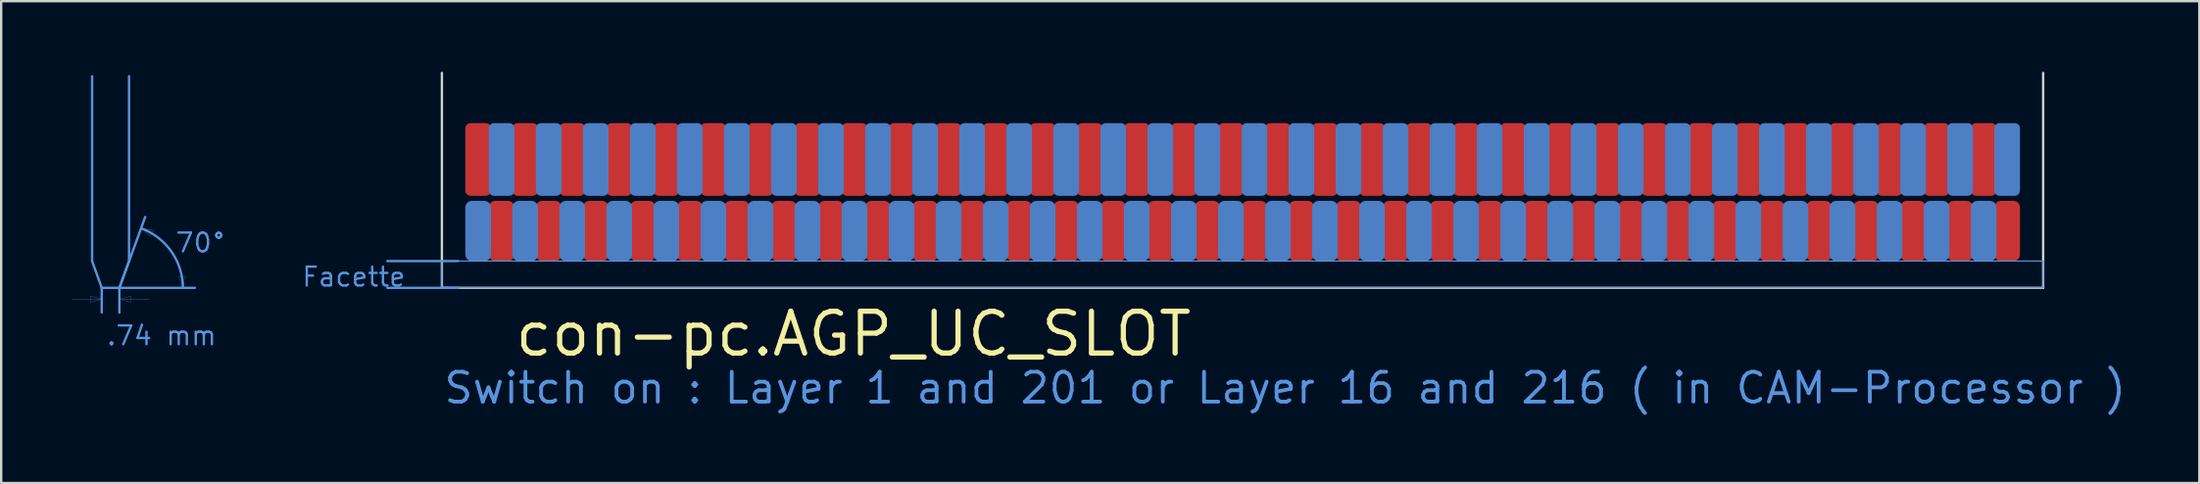
<source format=kicad_pcb>
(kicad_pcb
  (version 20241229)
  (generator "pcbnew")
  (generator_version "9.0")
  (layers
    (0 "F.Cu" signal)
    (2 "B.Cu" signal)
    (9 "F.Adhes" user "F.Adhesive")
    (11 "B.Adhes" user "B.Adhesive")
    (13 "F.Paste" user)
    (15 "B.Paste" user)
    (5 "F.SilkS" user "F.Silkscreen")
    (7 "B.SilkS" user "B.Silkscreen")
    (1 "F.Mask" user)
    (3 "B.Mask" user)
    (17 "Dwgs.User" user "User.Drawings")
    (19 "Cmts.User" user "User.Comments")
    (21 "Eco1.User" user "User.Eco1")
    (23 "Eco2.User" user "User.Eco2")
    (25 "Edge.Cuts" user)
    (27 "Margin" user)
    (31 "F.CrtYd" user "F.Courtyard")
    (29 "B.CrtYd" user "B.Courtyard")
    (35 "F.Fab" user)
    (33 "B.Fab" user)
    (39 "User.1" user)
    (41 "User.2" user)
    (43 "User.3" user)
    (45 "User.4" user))
  (footprint "con-pc.AGP_UC_SLOT"
    (layer "F.Cu")
    (at 15.735 9.19)
    (property "Reference" "con-pc.AGP_UC_SLOT" (at 3 3 0) (layer "F.SilkS") (effects (font (size 1.778 1.778) (thickness 0.22)) (justify left bottom)))
    (attr smd)
    (fp_rect (start 1.29 -1.15) (end 1.79 -4) (stroke (width 0.05) (type default)) (fill yes) (layer "F.Mask"))
    (fp_rect (start 2.29 -3.65) (end 2.79 -7.01) (stroke (width 0.05) (type default)) (fill yes) (layer "F.Mask"))
    (fp_rect (start 3.29 -1.15) (end 3.79 -4) (stroke (width 0.05) (type default)) (fill yes) (layer "F.Mask"))
    (fp_rect (start 4.29 -3.65) (end 4.79 -7.01) (stroke (width 0.05) (type default)) (fill yes) (layer "F.Mask"))
    (fp_rect (start 5.29 -1.15) (end 5.79 -4) (stroke (width 0.05) (type default)) (fill yes) (layer "F.Mask"))
    (fp_rect (start 6.29 -3.65) (end 6.79 -7.01) (stroke (width 0.05) (type default)) (fill yes) (layer "F.Mask"))
    (fp_rect (start 7.29 -1.15) (end 7.79 -4) (stroke (width 0.05) (type default)) (fill yes) (layer "F.Mask"))
    (fp_rect (start 8.29 -3.65) (end 8.79 -7.01) (stroke (width 0.05) (type default)) (fill yes) (layer "F.Mask"))
    (fp_rect (start 9.29 -1.15) (end 9.79 -4) (stroke (width 0.05) (type default)) (fill yes) (layer "F.Mask"))
    (fp_rect (start 10.29 -3.65) (end 10.79 -7.01) (stroke (width 0.05) (type default)) (fill yes) (layer "F.Mask"))
    (fp_rect (start 11.29 -1.15) (end 11.79 -4) (stroke (width 0.05) (type default)) (fill yes) (layer "F.Mask"))
    (fp_rect (start 12.29 -3.65) (end 12.79 -7.01) (stroke (width 0.05) (type default)) (fill yes) (layer "F.Mask"))
    (fp_rect (start 13.29 -1.15) (end 13.79 -4) (stroke (width 0.05) (type default)) (fill yes) (layer "F.Mask"))
    (fp_rect (start 14.29 -3.65) (end 14.79 -7.01) (stroke (width 0.05) (type default)) (fill yes) (layer "F.Mask"))
    (fp_rect (start 15.29 -1.15) (end 15.79 -4) (stroke (width 0.05) (type default)) (fill yes) (layer "F.Mask"))
    (fp_rect (start 16.29 -3.65) (end 16.79 -7.01) (stroke (width 0.05) (type default)) (fill yes) (layer "F.Mask"))
    (fp_rect (start 17.29 -1.15) (end 17.79 -4) (stroke (width 0.05) (type default)) (fill yes) (layer "F.Mask"))
    (fp_rect (start 18.29 -3.65) (end 18.79 -7.01) (stroke (width 0.05) (type default)) (fill yes) (layer "F.Mask"))
    (fp_rect (start 19.29 -1.15) (end 19.79 -4) (stroke (width 0.05) (type default)) (fill yes) (layer "F.Mask"))
    (fp_rect (start 20.29 -3.65) (end 20.79 -7.01) (stroke (width 0.05) (type default)) (fill yes) (layer "F.Mask"))
    (fp_rect (start 21.29 -1.15) (end 21.79 -4) (stroke (width 0.05) (type default)) (fill yes) (layer "F.Mask"))
    (fp_rect (start 22.29 -3.65) (end 22.79 -7.01) (stroke (width 0.05) (type default)) (fill yes) (layer "F.Mask"))
    (fp_rect (start 23.29 -1.15) (end 23.79 -4) (stroke (width 0.05) (type default)) (fill yes) (layer "F.Mask"))
    (fp_rect (start 24.29 -3.65) (end 24.79 -7.01) (stroke (width 0.05) (type default)) (fill yes) (layer "F.Mask"))
    (fp_rect (start 25.29 -1.15) (end 25.79 -4) (stroke (width 0.05) (type default)) (fill yes) (layer "F.Mask"))
    (fp_rect (start 26.29 -3.65) (end 26.79 -7.01) (stroke (width 0.05) (type default)) (fill yes) (layer "F.Mask"))
    (fp_rect (start 27.29 -1.15) (end 27.79 -4) (stroke (width 0.05) (type default)) (fill yes) (layer "F.Mask"))
    (fp_rect (start 28.29 -3.65) (end 28.79 -7.01) (stroke (width 0.05) (type default)) (fill yes) (layer "F.Mask"))
    (fp_rect (start 29.29 -1.15) (end 29.79 -4) (stroke (width 0.05) (type default)) (fill yes) (layer "F.Mask"))
    (fp_rect (start 30.29 -3.65) (end 30.79 -7.01) (stroke (width 0.05) (type default)) (fill yes) (layer "F.Mask"))
    (fp_rect (start 31.29 -1.15) (end 31.79 -4) (stroke (width 0.05) (type default)) (fill yes) (layer "F.Mask"))
    (fp_rect (start 32.29 -3.65) (end 32.79 -7.01) (stroke (width 0.05) (type default)) (fill yes) (layer "F.Mask"))
    (fp_rect (start 33.29 -1.15) (end 33.79 -4) (stroke (width 0.05) (type default)) (fill yes) (layer "F.Mask"))
    (fp_rect (start 34.29 -3.65) (end 34.79 -7.01) (stroke (width 0.05) (type default)) (fill yes) (layer "F.Mask"))
    (fp_rect (start 35.29 -1.15) (end 35.79 -4) (stroke (width 0.05) (type default)) (fill yes) (layer "F.Mask"))
    (fp_rect (start 36.29 -3.65) (end 36.79 -7.01) (stroke (width 0.05) (type default)) (fill yes) (layer "F.Mask"))
    (fp_rect (start 37.29 -1.15) (end 37.79 -4) (stroke (width 0.05) (type default)) (fill yes) (layer "F.Mask"))
    (fp_rect (start 38.29 -3.65) (end 38.79 -7.01) (stroke (width 0.05) (type default)) (fill yes) (layer "F.Mask"))
    (fp_rect (start 39.29 -1.15) (end 39.79 -4) (stroke (width 0.05) (type default)) (fill yes) (layer "F.Mask"))
    (fp_rect (start 40.29 -3.65) (end 40.79 -7.01) (stroke (width 0.05) (type default)) (fill yes) (layer "F.Mask"))
    (fp_rect (start 41.29 -1.15) (end 41.79 -4) (stroke (width 0.05) (type default)) (fill yes) (layer "F.Mask"))
    (fp_rect (start 42.29 -3.65) (end 42.79 -7.01) (stroke (width 0.05) (type default)) (fill yes) (layer "F.Mask"))
    (fp_rect (start 43.29 -1.15) (end 43.79 -4) (stroke (width 0.05) (type default)) (fill yes) (layer "F.Mask"))
    (fp_rect (start 44.29 -3.65) (end 44.79 -7.01) (stroke (width 0.05) (type default)) (fill yes) (layer "F.Mask"))
    (fp_rect (start 45.29 -1.15) (end 45.79 -4) (stroke (width 0.05) (type default)) (fill yes) (layer "F.Mask"))
    (fp_rect (start 46.29 -3.65) (end 46.79 -7.01) (stroke (width 0.05) (type default)) (fill yes) (layer "F.Mask"))
    (fp_rect (start 47.29 -1.15) (end 47.79 -4) (stroke (width 0.05) (type default)) (fill yes) (layer "F.Mask"))
    (fp_rect (start 48.29 -3.65) (end 48.79 -7.01) (stroke (width 0.05) (type default)) (fill yes) (layer "F.Mask"))
    (fp_rect (start 49.29 -1.15) (end 49.79 -4) (stroke (width 0.05) (type default)) (fill yes) (layer "F.Mask"))
    (fp_rect (start 50.29 -3.65) (end 50.79 -7.01) (stroke (width 0.05) (type default)) (fill yes) (layer "F.Mask"))
    (fp_rect (start 51.29 -1.15) (end 51.79 -4) (stroke (width 0.05) (type default)) (fill yes) (layer "F.Mask"))
    (fp_rect (start 52.29 -3.65) (end 52.79 -7.01) (stroke (width 0.05) (type default)) (fill yes) (layer "F.Mask"))
    (fp_rect (start 53.29 -1.15) (end 53.79 -4) (stroke (width 0.05) (type default)) (fill yes) (layer "F.Mask"))
    (fp_rect (start 54.29 -3.65) (end 54.79 -7.01) (stroke (width 0.05) (type default)) (fill yes) (layer "F.Mask"))
    (fp_rect (start 55.29 -1.15) (end 55.79 -4) (stroke (width 0.05) (type default)) (fill yes) (layer "F.Mask"))
    (fp_rect (start 56.29 -3.65) (end 56.79 -7.01) (stroke (width 0.05) (type default)) (fill yes) (layer "F.Mask"))
    (fp_rect (start 57.29 -1.15) (end 57.79 -4) (stroke (width 0.05) (type default)) (fill yes) (layer "F.Mask"))
    (fp_rect (start 58.29 -3.65) (end 58.79 -7.01) (stroke (width 0.05) (type default)) (fill yes) (layer "F.Mask"))
    (fp_rect (start 59.29 -1.15) (end 59.79 -4) (stroke (width 0.05) (type default)) (fill yes) (layer "F.Mask"))
    (fp_rect (start 60.29 -3.65) (end 60.79 -7.01) (stroke (width 0.05) (type default)) (fill yes) (layer "F.Mask"))
    (fp_rect (start 61.29 -1.15) (end 61.79 -4) (stroke (width 0.05) (type default)) (fill yes) (layer "F.Mask"))
    (fp_rect (start 62.29 -3.65) (end 62.79 -7.01) (stroke (width 0.05) (type default)) (fill yes) (layer "F.Mask"))
    (fp_rect (start 63.29 -1.15) (end 63.79 -4) (stroke (width 0.05) (type default)) (fill yes) (layer "F.Mask"))
    (fp_rect (start 64.29 -3.65) (end 64.79 -7.01) (stroke (width 0.05) (type default)) (fill yes) (layer "F.Mask"))
    (fp_rect (start 65.29 -1.15) (end 65.79 -4) (stroke (width 0.05) (type default)) (fill yes) (layer "F.Mask"))
    (fp_rect (start 66.29 -3.65) (end 66.79 -7.01) (stroke (width 0.05) (type default)) (fill yes) (layer "F.Mask"))
    (fp_rect (start 1.29 -3.65) (end 1.79 -7.01) (stroke (width 0.05) (type default)) (fill yes) (layer "B.Mask"))
    (fp_rect (start 2.29 -1.15) (end 2.79 -4) (stroke (width 0.05) (type default)) (fill yes) (layer "B.Mask"))
    (fp_rect (start 3.29 -3.65) (end 3.79 -7.01) (stroke (width 0.05) (type default)) (fill yes) (layer "B.Mask"))
    (fp_rect (start 4.29 -1.15) (end 4.79 -4) (stroke (width 0.05) (type default)) (fill yes) (layer "B.Mask"))
    (fp_rect (start 5.29 -3.65) (end 5.79 -7.01) (stroke (width 0.05) (type default)) (fill yes) (layer "B.Mask"))
    (fp_rect (start 6.29 -1.15) (end 6.79 -4) (stroke (width 0.05) (type default)) (fill yes) (layer "B.Mask"))
    (fp_rect (start 7.29 -3.65) (end 7.79 -7.01) (stroke (width 0.05) (type default)) (fill yes) (layer "B.Mask"))
    (fp_rect (start 8.29 -1.15) (end 8.79 -4) (stroke (width 0.05) (type default)) (fill yes) (layer "B.Mask"))
    (fp_rect (start 9.29 -3.65) (end 9.79 -7.01) (stroke (width 0.05) (type default)) (fill yes) (layer "B.Mask"))
    (fp_rect (start 10.29 -1.15) (end 10.79 -4) (stroke (width 0.05) (type default)) (fill yes) (layer "B.Mask"))
    (fp_rect (start 11.29 -3.65) (end 11.79 -7.01) (stroke (width 0.05) (type default)) (fill yes) (layer "B.Mask"))
    (fp_rect (start 12.29 -1.15) (end 12.79 -4) (stroke (width 0.05) (type default)) (fill yes) (layer "B.Mask"))
    (fp_rect (start 13.29 -3.65) (end 13.79 -7.01) (stroke (width 0.05) (type default)) (fill yes) (layer "B.Mask"))
    (fp_rect (start 14.29 -1.15) (end 14.79 -4) (stroke (width 0.05) (type default)) (fill yes) (layer "B.Mask"))
    (fp_rect (start 15.29 -3.65) (end 15.79 -7.01) (stroke (width 0.05) (type default)) (fill yes) (layer "B.Mask"))
    (fp_rect (start 16.29 -1.15) (end 16.79 -4) (stroke (width 0.05) (type default)) (fill yes) (layer "B.Mask"))
    (fp_rect (start 17.29 -3.65) (end 17.79 -7.01) (stroke (width 0.05) (type default)) (fill yes) (layer "B.Mask"))
    (fp_rect (start 18.29 -1.15) (end 18.79 -4) (stroke (width 0.05) (type default)) (fill yes) (layer "B.Mask"))
    (fp_rect (start 19.29 -3.65) (end 19.79 -7.01) (stroke (width 0.05) (type default)) (fill yes) (layer "B.Mask"))
    (fp_rect (start 20.29 -1.15) (end 20.79 -4) (stroke (width 0.05) (type default)) (fill yes) (layer "B.Mask"))
    (fp_rect (start 21.29 -3.65) (end 21.79 -7.01) (stroke (width 0.05) (type default)) (fill yes) (layer "B.Mask"))
    (fp_rect (start 22.29 -1.15) (end 22.79 -4) (stroke (width 0.05) (type default)) (fill yes) (layer "B.Mask"))
    (fp_rect (start 23.29 -3.65) (end 23.79 -7.01) (stroke (width 0.05) (type default)) (fill yes) (layer "B.Mask"))
    (fp_rect (start 24.29 -1.15) (end 24.79 -4) (stroke (width 0.05) (type default)) (fill yes) (layer "B.Mask"))
    (fp_rect (start 25.29 -3.65) (end 25.79 -7.01) (stroke (width 0.05) (type default)) (fill yes) (layer "B.Mask"))
    (fp_rect (start 26.29 -1.15) (end 26.79 -4) (stroke (width 0.05) (type default)) (fill yes) (layer "B.Mask"))
    (fp_rect (start 27.29 -3.65) (end 27.79 -7.01) (stroke (width 0.05) (type default)) (fill yes) (layer "B.Mask"))
    (fp_rect (start 28.29 -1.15) (end 28.79 -4) (stroke (width 0.05) (type default)) (fill yes) (layer "B.Mask"))
    (fp_rect (start 29.29 -3.65) (end 29.79 -7.01) (stroke (width 0.05) (type default)) (fill yes) (layer "B.Mask"))
    (fp_rect (start 30.29 -1.15) (end 30.79 -4) (stroke (width 0.05) (type default)) (fill yes) (layer "B.Mask"))
    (fp_rect (start 31.29 -3.65) (end 31.79 -7.01) (stroke (width 0.05) (type default)) (fill yes) (layer "B.Mask"))
    (fp_rect (start 32.29 -1.15) (end 32.79 -4) (stroke (width 0.05) (type default)) (fill yes) (layer "B.Mask"))
    (fp_rect (start 33.29 -3.65) (end 33.79 -7.01) (stroke (width 0.05) (type default)) (fill yes) (layer "B.Mask"))
    (fp_rect (start 34.29 -1.15) (end 34.79 -4) (stroke (width 0.05) (type default)) (fill yes) (layer "B.Mask"))
    (fp_rect (start 35.29 -3.65) (end 35.79 -7.01) (stroke (width 0.05) (type default)) (fill yes) (layer "B.Mask"))
    (fp_rect (start 36.29 -1.15) (end 36.79 -4) (stroke (width 0.05) (type default)) (fill yes) (layer "B.Mask"))
    (fp_rect (start 37.29 -3.65) (end 37.79 -7.01) (stroke (width 0.05) (type default)) (fill yes) (layer "B.Mask"))
    (fp_rect (start 38.29 -1.15) (end 38.79 -4) (stroke (width 0.05) (type default)) (fill yes) (layer "B.Mask"))
    (fp_rect (start 39.29 -3.65) (end 39.79 -7.01) (stroke (width 0.05) (type default)) (fill yes) (layer "B.Mask"))
    (fp_rect (start 40.29 -1.15) (end 40.79 -4) (stroke (width 0.05) (type default)) (fill yes) (layer "B.Mask"))
    (fp_rect (start 41.29 -3.65) (end 41.79 -7.01) (stroke (width 0.05) (type default)) (fill yes) (layer "B.Mask"))
    (fp_rect (start 42.29 -1.15) (end 42.79 -4) (stroke (width 0.05) (type default)) (fill yes) (layer "B.Mask"))
    (fp_rect (start 43.29 -3.65) (end 43.79 -7.01) (stroke (width 0.05) (type default)) (fill yes) (layer "B.Mask"))
    (fp_rect (start 44.29 -1.15) (end 44.79 -4) (stroke (width 0.05) (type default)) (fill yes) (layer "B.Mask"))
    (fp_rect (start 45.29 -3.65) (end 45.79 -7.01) (stroke (width 0.05) (type default)) (fill yes) (layer "B.Mask"))
    (fp_rect (start 46.29 -1.15) (end 46.79 -4) (stroke (width 0.05) (type default)) (fill yes) (layer "B.Mask"))
    (fp_rect (start 47.29 -3.65) (end 47.79 -7.01) (stroke (width 0.05) (type default)) (fill yes) (layer "B.Mask"))
    (fp_rect (start 48.29 -1.15) (end 48.79 -4) (stroke (width 0.05) (type default)) (fill yes) (layer "B.Mask"))
    (fp_rect (start 49.29 -3.65) (end 49.79 -7.01) (stroke (width 0.05) (type default)) (fill yes) (layer "B.Mask"))
    (fp_rect (start 50.29 -1.15) (end 50.79 -4) (stroke (width 0.05) (type default)) (fill yes) (layer "B.Mask"))
    (fp_rect (start 51.29 -3.65) (end 51.79 -7.01) (stroke (width 0.05) (type default)) (fill yes) (layer "B.Mask"))
    (fp_rect (start 52.29 -1.15) (end 52.79 -4) (stroke (width 0.05) (type default)) (fill yes) (layer "B.Mask"))
    (fp_rect (start 53.29 -3.65) (end 53.79 -7.01) (stroke (width 0.05) (type default)) (fill yes) (layer "B.Mask"))
    (fp_rect (start 54.29 -1.15) (end 54.79 -4) (stroke (width 0.05) (type default)) (fill yes) (layer "B.Mask"))
    (fp_rect (start 55.29 -3.65) (end 55.79 -7.01) (stroke (width 0.05) (type default)) (fill yes) (layer "B.Mask"))
    (fp_rect (start 56.29 -1.15) (end 56.79 -4) (stroke (width 0.05) (type default)) (fill yes) (layer "B.Mask"))
    (fp_rect (start 57.29 -3.65) (end 57.79 -7.01) (stroke (width 0.05) (type default)) (fill yes) (layer "B.Mask"))
    (fp_rect (start 58.29 -1.15) (end 58.79 -4) (stroke (width 0.05) (type default)) (fill yes) (layer "B.Mask"))
    (fp_rect (start 59.29 -3.65) (end 59.79 -7.01) (stroke (width 0.05) (type default)) (fill yes) (layer "B.Mask"))
    (fp_rect (start 60.29 -1.15) (end 60.79 -4) (stroke (width 0.05) (type default)) (fill yes) (layer "B.Mask"))
    (fp_rect (start 61.29 -3.65) (end 61.79 -7.01) (stroke (width 0.05) (type default)) (fill yes) (layer "B.Mask"))
    (fp_rect (start 62.29 -1.15) (end 62.79 -4) (stroke (width 0.05) (type default)) (fill yes) (layer "B.Mask"))
    (fp_rect (start 63.29 -3.65) (end 63.79 -7.01) (stroke (width 0.05) (type default)) (fill yes) (layer "B.Mask"))
    (fp_rect (start 64.29 -1.15) (end 64.79 -4) (stroke (width 0.05) (type default)) (fill yes) (layer "B.Mask"))
    (fp_rect (start 65.29 -3.65) (end 65.79 -7.01) (stroke (width 0.05) (type default)) (fill yes) (layer "B.Mask"))
    (fp_rect (start 66.29 -1.15) (end 66.79 -4) (stroke (width 0.05) (type default)) (fill yes) (layer "B.Mask"))
    (fp_line (start -15.73 0.48) (end -14.49 0.48) (stroke (width 0.01) (type default)) (layer "Cmts.User"))
    (fp_line (start -14.87 -9) (end -14.87 -1.14) (stroke (width 0.1) (type default)) (layer "Cmts.User"))
    (fp_line (start -14.87 -1.14) (end -14.46 0) (stroke (width 0.1) (type default)) (layer "Cmts.User"))
    (fp_line (start -14.46 0) (end -14.46 1.05) (stroke (width 0.1) (type default)) (layer "Cmts.User"))
    (fp_line (start -13.71 0) (end -14.46 0) (stroke (width 0.1) (type default)) (layer "Cmts.User"))
    (fp_line (start -13.71 0) (end -13.71 1.05) (stroke (width 0.1) (type default)) (layer "Cmts.User"))
    (fp_line (start -13.71 0) (end -12.612 -3.016) (stroke (width 0.1) (type default)) (layer "Cmts.User"))
    (fp_line (start -13.71 0) (end -11.01 0) (stroke (width 0.1) (type default)) (layer "Cmts.User"))
    (fp_line (start -13.3 -9) (end -13.3 -1.14) (stroke (width 0.1) (type default)) (layer "Cmts.User"))
    (fp_line (start -13.3 -1.14) (end -13.71 0) (stroke (width 0.1) (type default)) (layer "Cmts.User"))
    (fp_line (start -12.44 0.48) (end -13.68 0.48) (stroke (width 0.01) (type default)) (layer "Cmts.User"))
    (fp_line (start -11.01 0) (end -10.5 0) (stroke (width 0.1) (type default)) (layer "Cmts.User"))
    (fp_line (start 0.69 -1.14) (end -2.32 -1.14) (stroke (width 0.1) (type default)) (layer "Cmts.User"))
    (fp_line (start 0.69 0) (end -2.32 0) (stroke (width 0.1) (type default)) (layer "Cmts.User"))
    (fp_rect (start 0 0) (end 68.07 -1.14) (stroke (width 0.05) (type default)) (fill no) (layer "Cmts.User"))
    (fp_arc (start -12.78 -2.53) (mid -11.497642 -1.542994) (end -11.01 0) (stroke (width 0.1) (type default)) (layer "Cmts.User"))
    (fp_poly (pts (xy -14.94 0.35) (xy -14.94 0.61) (xy -14.46 0.48)) (stroke (width 0.01) (type default)) (fill no) (layer "Cmts.User"))
    (fp_poly (pts (xy -13.23 0.61) (xy -13.23 0.35) (xy -13.71 0.48)) (stroke (width 0.01) (type default)) (fill no) (layer "Cmts.User"))
    (fp_poly (pts (xy -12.407 -2.211) (xy -12.292 -2.445) (xy -12.78 -2.54)) (stroke (width 0.01) (type default)) (fill no) (layer "Cmts.User"))
    (fp_poly (pts (xy -10.932 -0.491) (xy -11.19 -0.463) (xy -11.01 0)) (stroke (width 0.01) (type default)) (fill no) (layer "Cmts.User"))
    (fp_line (start 0 -9.14) (end 0 0) (stroke (width 0.1) (type default)) (layer "Edge.Cuts"))
    (fp_line (start 68.07 -9.14) (end 68.07 0) (stroke (width 0.1) (type default)) (layer "Edge.Cuts"))
    (fp_line (start 68.07 0) (end 0 0) (stroke (width 0.1) (type default)) (layer "Edge.Cuts"))
    (fp_text user "70°" (at -11.38 -1.45 0) (layer "Cmts.User") (effects (font (size 0.8 0.8) (thickness 0.1)) (justify left bottom)))
    (fp_text user ".74 mm" (at -14.3 2.5 0) (layer "Cmts.User") (effects (font (size 0.8 0.8) (thickness 0.1)) (justify left bottom)))
    (fp_text user "Switch on : Layer 1 and 201 or Layer 16 and 216 ( in CAM-Processor )" (at 0 5 0) (layer "Cmts.User") (effects (font (size 1.27 1.27) (thickness 0.16)) (justify left bottom)))
    (fp_text user "Facette" (at -6 0 0) (layer "Cmts.User") (effects (font (size 0.8 0.8) (thickness 0.1)) (justify left bottom)))
    (pad "1" smd roundrect (at 1.54 -5.46) (size 1.09 3.09) (layers "F.Cu" "F.Mask" "F.Paste") (roundrect_rratio 0.2))
    (pad "2" smd roundrect (at 1.54 -2.42) (size 1.09 2.56) (layers "B.Cu" "B.Mask" "B.Paste") (roundrect_rratio 0.25))
    (pad "3" smd roundrect (at 2.54 -2.42) (size 1.09 2.56) (layers "F.Cu" "F.Mask" "F.Paste") (roundrect_rratio 0.25))
    (pad "4" smd roundrect (at 2.54 -5.46) (size 1.09 3.09) (layers "B.Cu" "B.Mask" "B.Paste") (roundrect_rratio 0.2))
    (pad "5" smd roundrect (at 3.54 -5.46) (size 1.09 3.09) (layers "F.Cu" "F.Mask" "F.Paste") (roundrect_rratio 0.2))
    (pad "6" smd roundrect (at 3.54 -2.42) (size 1.09 2.56) (layers "B.Cu" "B.Mask" "B.Paste") (roundrect_rratio 0.25))
    (pad "7" smd roundrect (at 4.54 -2.42) (size 1.09 2.56) (layers "F.Cu" "F.Mask" "F.Paste") (roundrect_rratio 0.25))
    (pad "8" smd roundrect (at 4.54 -5.46) (size 1.09 3.09) (layers "B.Cu" "B.Mask" "B.Paste") (roundrect_rratio 0.2))
    (pad "9" smd roundrect (at 5.54 -5.46) (size 1.09 3.09) (layers "F.Cu" "F.Mask" "F.Paste") (roundrect_rratio 0.2))
    (pad "10" smd roundrect (at 5.54 -2.42) (size 1.09 2.56) (layers "B.Cu" "B.Mask" "B.Paste") (roundrect_rratio 0.25))
    (pad "11" smd roundrect (at 6.54 -2.42) (size 1.09 2.56) (layers "F.Cu" "F.Mask" "F.Paste") (roundrect_rratio 0.25))
    (pad "12" smd roundrect (at 6.54 -5.46) (size 1.09 3.09) (layers "B.Cu" "B.Mask" "B.Paste") (roundrect_rratio 0.2))
    (pad "13" smd roundrect (at 7.54 -5.46) (size 1.09 3.09) (layers "F.Cu" "F.Mask" "F.Paste") (roundrect_rratio 0.2))
    (pad "14" smd roundrect (at 7.54 -2.42) (size 1.09 2.56) (layers "B.Cu" "B.Mask" "B.Paste") (roundrect_rratio 0.25))
    (pad "15" smd roundrect (at 8.54 -2.42) (size 1.09 2.56) (layers "F.Cu" "F.Mask" "F.Paste") (roundrect_rratio 0.25))
    (pad "16" smd roundrect (at 8.54 -5.46) (size 1.09 3.09) (layers "B.Cu" "B.Mask" "B.Paste") (roundrect_rratio 0.2))
    (pad "17" smd roundrect (at 9.54 -5.46) (size 1.09 3.09) (layers "F.Cu" "F.Mask" "F.Paste") (roundrect_rratio 0.2))
    (pad "18" smd roundrect (at 9.54 -2.42) (size 1.09 2.56) (layers "B.Cu" "B.Mask" "B.Paste") (roundrect_rratio 0.25))
    (pad "19" smd roundrect (at 10.54 -2.42) (size 1.09 2.56) (layers "F.Cu" "F.Mask" "F.Paste") (roundrect_rratio 0.25))
    (pad "20" smd roundrect (at 10.54 -5.46) (size 1.09 3.09) (layers "B.Cu" "B.Mask" "B.Paste") (roundrect_rratio 0.2))
    (pad "21" smd roundrect (at 11.54 -5.46) (size 1.09 3.09) (layers "F.Cu" "F.Mask" "F.Paste") (roundrect_rratio 0.2))
    (pad "22" smd roundrect (at 11.54 -2.42) (size 1.09 2.56) (layers "B.Cu" "B.Mask" "B.Paste") (roundrect_rratio 0.25))
    (pad "23" smd roundrect (at 12.54 -2.42) (size 1.09 2.56) (layers "F.Cu" "F.Mask" "F.Paste") (roundrect_rratio 0.25))
    (pad "24" smd roundrect (at 12.54 -5.46) (size 1.09 3.09) (layers "B.Cu" "B.Mask" "B.Paste") (roundrect_rratio 0.2))
    (pad "25" smd roundrect (at 13.54 -5.46) (size 1.09 3.09) (layers "F.Cu" "F.Mask" "F.Paste") (roundrect_rratio 0.2))
    (pad "26" smd roundrect (at 13.54 -2.42) (size 1.09 2.56) (layers "B.Cu" "B.Mask" "B.Paste") (roundrect_rratio 0.25))
    (pad "27" smd roundrect (at 14.54 -2.42) (size 1.09 2.56) (layers "F.Cu" "F.Mask" "F.Paste") (roundrect_rratio 0.25))
    (pad "28" smd roundrect (at 14.54 -5.46) (size 1.09 3.09) (layers "B.Cu" "B.Mask" "B.Paste") (roundrect_rratio 0.2))
    (pad "29" smd roundrect (at 15.54 -5.46) (size 1.09 3.09) (layers "F.Cu" "F.Mask" "F.Paste") (roundrect_rratio 0.2))
    (pad "30" smd roundrect (at 15.54 -2.42) (size 1.09 2.56) (layers "B.Cu" "B.Mask" "B.Paste") (roundrect_rratio 0.25))
    (pad "31" smd roundrect (at 16.54 -2.42) (size 1.09 2.56) (layers "F.Cu" "F.Mask" "F.Paste") (roundrect_rratio 0.25))
    (pad "32" smd roundrect (at 16.54 -5.46) (size 1.09 3.09) (layers "B.Cu" "B.Mask" "B.Paste") (roundrect_rratio 0.2))
    (pad "33" smd roundrect (at 17.54 -5.46) (size 1.09 3.09) (layers "F.Cu" "F.Mask" "F.Paste") (roundrect_rratio 0.2))
    (pad "34" smd roundrect (at 17.54 -2.42) (size 1.09 2.56) (layers "B.Cu" "B.Mask" "B.Paste") (roundrect_rratio 0.25))
    (pad "35" smd roundrect (at 18.54 -2.42) (size 1.09 2.56) (layers "F.Cu" "F.Mask" "F.Paste") (roundrect_rratio 0.25))
    (pad "36" smd roundrect (at 18.54 -5.46) (size 1.09 3.09) (layers "B.Cu" "B.Mask" "B.Paste") (roundrect_rratio 0.2))
    (pad "37" smd roundrect (at 19.54 -5.46) (size 1.09 3.09) (layers "F.Cu" "F.Mask" "F.Paste") (roundrect_rratio 0.2))
    (pad "38" smd roundrect (at 19.54 -2.42) (size 1.09 2.56) (layers "B.Cu" "B.Mask" "B.Paste") (roundrect_rratio 0.25))
    (pad "39" smd roundrect (at 20.54 -2.42) (size 1.09 2.56) (layers "F.Cu" "F.Mask" "F.Paste") (roundrect_rratio 0.25))
    (pad "40" smd roundrect (at 20.54 -5.46) (size 1.09 3.09) (layers "B.Cu" "B.Mask" "B.Paste") (roundrect_rratio 0.2))
    (pad "41" smd roundrect (at 21.54 -5.46) (size 1.09 3.09) (layers "F.Cu" "F.Mask" "F.Paste") (roundrect_rratio 0.2))
    (pad "42" smd roundrect (at 21.54 -2.42) (size 1.09 2.56) (layers "B.Cu" "B.Mask" "B.Paste") (roundrect_rratio 0.25))
    (pad "43" smd roundrect (at 22.54 -2.42) (size 1.09 2.56) (layers "F.Cu" "F.Mask" "F.Paste") (roundrect_rratio 0.25))
    (pad "44" smd roundrect (at 22.54 -5.46) (size 1.09 3.09) (layers "B.Cu" "B.Mask" "B.Paste") (roundrect_rratio 0.2))
    (pad "45" smd roundrect (at 23.54 -5.46) (size 1.09 3.09) (layers "F.Cu" "F.Mask" "F.Paste") (roundrect_rratio 0.2))
    (pad "46" smd roundrect (at 23.54 -2.42) (size 1.09 2.56) (layers "B.Cu" "B.Mask" "B.Paste") (roundrect_rratio 0.25))
    (pad "47" smd roundrect (at 24.54 -2.42) (size 1.09 2.56) (layers "F.Cu" "F.Mask" "F.Paste") (roundrect_rratio 0.25))
    (pad "48" smd roundrect (at 24.54 -5.46) (size 1.09 3.09) (layers "B.Cu" "B.Mask" "B.Paste") (roundrect_rratio 0.2))
    (pad "49" smd roundrect (at 25.54 -5.46) (size 1.09 3.09) (layers "F.Cu" "F.Mask" "F.Paste") (roundrect_rratio 0.2))
    (pad "50" smd roundrect (at 25.54 -2.42) (size 1.09 2.56) (layers "B.Cu" "B.Mask" "B.Paste") (roundrect_rratio 0.25))
    (pad "51" smd roundrect (at 26.54 -2.42) (size 1.09 2.56) (layers "F.Cu" "F.Mask" "F.Paste") (roundrect_rratio 0.25))
    (pad "52" smd roundrect (at 26.54 -5.46) (size 1.09 3.09) (layers "B.Cu" "B.Mask" "B.Paste") (roundrect_rratio 0.2))
    (pad "53" smd roundrect (at 27.54 -5.46) (size 1.09 3.09) (layers "F.Cu" "F.Mask" "F.Paste") (roundrect_rratio 0.2))
    (pad "54" smd roundrect (at 27.54 -2.42) (size 1.09 2.56) (layers "B.Cu" "B.Mask" "B.Paste") (roundrect_rratio 0.25))
    (pad "55" smd roundrect (at 28.54 -2.42) (size 1.09 2.56) (layers "F.Cu" "F.Mask" "F.Paste") (roundrect_rratio 0.25))
    (pad "56" smd roundrect (at 28.54 -5.46) (size 1.09 3.09) (layers "B.Cu" "B.Mask" "B.Paste") (roundrect_rratio 0.2))
    (pad "57" smd roundrect (at 29.54 -5.46) (size 1.09 3.09) (layers "F.Cu" "F.Mask" "F.Paste") (roundrect_rratio 0.2))
    (pad "58" smd roundrect (at 29.54 -2.42) (size 1.09 2.56) (layers "B.Cu" "B.Mask" "B.Paste") (roundrect_rratio 0.25))
    (pad "59" smd roundrect (at 30.54 -2.42) (size 1.09 2.56) (layers "F.Cu" "F.Mask" "F.Paste") (roundrect_rratio 0.25))
    (pad "60" smd roundrect (at 30.54 -5.46) (size 1.09 3.09) (layers "B.Cu" "B.Mask" "B.Paste") (roundrect_rratio 0.2))
    (pad "61" smd roundrect (at 31.54 -5.46) (size 1.09 3.09) (layers "F.Cu" "F.Mask" "F.Paste") (roundrect_rratio 0.2))
    (pad "62" smd roundrect (at 31.54 -2.42) (size 1.09 2.56) (layers "B.Cu" "B.Mask" "B.Paste") (roundrect_rratio 0.25))
    (pad "63" smd roundrect (at 32.54 -2.42) (size 1.09 2.56) (layers "F.Cu" "F.Mask" "F.Paste") (roundrect_rratio 0.25))
    (pad "64" smd roundrect (at 32.54 -5.46) (size 1.09 3.09) (layers "B.Cu" "B.Mask" "B.Paste") (roundrect_rratio 0.2))
    (pad "65" smd roundrect (at 33.54 -5.46) (size 1.09 3.09) (layers "F.Cu" "F.Mask" "F.Paste") (roundrect_rratio 0.2))
    (pad "66" smd roundrect (at 33.54 -2.42) (size 1.09 2.56) (layers "B.Cu" "B.Mask" "B.Paste") (roundrect_rratio 0.25))
    (pad "67" smd roundrect (at 34.54 -2.42) (size 1.09 2.56) (layers "F.Cu" "F.Mask" "F.Paste") (roundrect_rratio 0.25))
    (pad "68" smd roundrect (at 34.54 -5.46) (size 1.09 3.09) (layers "B.Cu" "B.Mask" "B.Paste") (roundrect_rratio 0.2))
    (pad "69" smd roundrect (at 35.54 -5.46) (size 1.09 3.09) (layers "F.Cu" "F.Mask" "F.Paste") (roundrect_rratio 0.2))
    (pad "70" smd roundrect (at 35.54 -2.42) (size 1.09 2.56) (layers "B.Cu" "B.Mask" "B.Paste") (roundrect_rratio 0.25))
    (pad "71" smd roundrect (at 36.54 -2.42) (size 1.09 2.56) (layers "F.Cu" "F.Mask" "F.Paste") (roundrect_rratio 0.25))
    (pad "72" smd roundrect (at 36.54 -5.46) (size 1.09 3.09) (layers "B.Cu" "B.Mask" "B.Paste") (roundrect_rratio 0.2))
    (pad "73" smd roundrect (at 37.54 -5.46) (size 1.09 3.09) (layers "F.Cu" "F.Mask" "F.Paste") (roundrect_rratio 0.2))
    (pad "74" smd roundrect (at 37.54 -2.42) (size 1.09 2.56) (layers "B.Cu" "B.Mask" "B.Paste") (roundrect_rratio 0.25))
    (pad "75" smd roundrect (at 38.54 -2.42) (size 1.09 2.56) (layers "F.Cu" "F.Mask" "F.Paste") (roundrect_rratio 0.25))
    (pad "76" smd roundrect (at 38.54 -5.46) (size 1.09 3.09) (layers "B.Cu" "B.Mask" "B.Paste") (roundrect_rratio 0.2))
    (pad "77" smd roundrect (at 39.54 -5.46) (size 1.09 3.09) (layers "F.Cu" "F.Mask" "F.Paste") (roundrect_rratio 0.2))
    (pad "78" smd roundrect (at 39.54 -2.42) (size 1.09 2.56) (layers "B.Cu" "B.Mask" "B.Paste") (roundrect_rratio 0.25))
    (pad "79" smd roundrect (at 40.54 -2.42) (size 1.09 2.56) (layers "F.Cu" "F.Mask" "F.Paste") (roundrect_rratio 0.25))
    (pad "80" smd roundrect (at 40.54 -5.46) (size 1.09 3.09) (layers "B.Cu" "B.Mask" "B.Paste") (roundrect_rratio 0.2))
    (pad "81" smd roundrect (at 41.54 -5.46) (size 1.09 3.09) (layers "F.Cu" "F.Mask" "F.Paste") (roundrect_rratio 0.2))
    (pad "82" smd roundrect (at 41.54 -2.42) (size 1.09 2.56) (layers "B.Cu" "B.Mask" "B.Paste") (roundrect_rratio 0.25))
    (pad "83" smd roundrect (at 42.54 -2.42) (size 1.09 2.56) (layers "F.Cu" "F.Mask" "F.Paste") (roundrect_rratio 0.25))
    (pad "84" smd roundrect (at 42.54 -5.46) (size 1.09 3.09) (layers "B.Cu" "B.Mask" "B.Paste") (roundrect_rratio 0.2))
    (pad "85" smd roundrect (at 43.54 -5.46) (size 1.09 3.09) (layers "F.Cu" "F.Mask" "F.Paste") (roundrect_rratio 0.2))
    (pad "86" smd roundrect (at 43.54 -2.42) (size 1.09 2.56) (layers "B.Cu" "B.Mask" "B.Paste") (roundrect_rratio 0.25))
    (pad "87" smd roundrect (at 44.54 -2.42) (size 1.09 2.56) (layers "F.Cu" "F.Mask" "F.Paste") (roundrect_rratio 0.25))
    (pad "88" smd roundrect (at 44.54 -5.46) (size 1.09 3.09) (layers "B.Cu" "B.Mask" "B.Paste") (roundrect_rratio 0.2))
    (pad "89" smd roundrect (at 45.54 -5.46) (size 1.09 3.09) (layers "F.Cu" "F.Mask" "F.Paste") (roundrect_rratio 0.2))
    (pad "90" smd roundrect (at 45.54 -2.42) (size 1.09 2.56) (layers "B.Cu" "B.Mask" "B.Paste") (roundrect_rratio 0.25))
    (pad "91" smd roundrect (at 46.54 -2.42) (size 1.09 2.56) (layers "F.Cu" "F.Mask" "F.Paste") (roundrect_rratio 0.25))
    (pad "92" smd roundrect (at 46.54 -5.46) (size 1.09 3.09) (layers "B.Cu" "B.Mask" "B.Paste") (roundrect_rratio 0.2))
    (pad "93" smd roundrect (at 47.54 -5.46) (size 1.09 3.09) (layers "F.Cu" "F.Mask" "F.Paste") (roundrect_rratio 0.2))
    (pad "94" smd roundrect (at 47.54 -2.42) (size 1.09 2.56) (layers "B.Cu" "B.Mask" "B.Paste") (roundrect_rratio 0.25))
    (pad "95" smd roundrect (at 48.54 -2.42) (size 1.09 2.56) (layers "F.Cu" "F.Mask" "F.Paste") (roundrect_rratio 0.25))
    (pad "96" smd roundrect (at 48.54 -5.46) (size 1.09 3.09) (layers "B.Cu" "B.Mask" "B.Paste") (roundrect_rratio 0.2))
    (pad "97" smd roundrect (at 49.54 -5.46) (size 1.09 3.09) (layers "F.Cu" "F.Mask" "F.Paste") (roundrect_rratio 0.2))
    (pad "98" smd roundrect (at 49.54 -2.42) (size 1.09 2.56) (layers "B.Cu" "B.Mask" "B.Paste") (roundrect_rratio 0.25))
    (pad "99" smd roundrect (at 50.54 -2.42) (size 1.09 2.56) (layers "F.Cu" "F.Mask" "F.Paste") (roundrect_rratio 0.25))
    (pad "100" smd roundrect (at 50.54 -5.46) (size 1.09 3.09) (layers "B.Cu" "B.Mask" "B.Paste") (roundrect_rratio 0.2))
    (pad "101" smd roundrect (at 51.54 -5.46) (size 1.09 3.09) (layers "F.Cu" "F.Mask" "F.Paste") (roundrect_rratio 0.2))
    (pad "102" smd roundrect (at 51.54 -2.42) (size 1.09 2.56) (layers "B.Cu" "B.Mask" "B.Paste") (roundrect_rratio 0.25))
    (pad "103" smd roundrect (at 52.54 -2.42) (size 1.09 2.56) (layers "F.Cu" "F.Mask" "F.Paste") (roundrect_rratio 0.25))
    (pad "104" smd roundrect (at 52.54 -5.46) (size 1.09 3.09) (layers "B.Cu" "B.Mask" "B.Paste") (roundrect_rratio 0.2))
    (pad "105" smd roundrect (at 53.54 -5.46) (size 1.09 3.09) (layers "F.Cu" "F.Mask" "F.Paste") (roundrect_rratio 0.2))
    (pad "106" smd roundrect (at 53.54 -2.42) (size 1.09 2.56) (layers "B.Cu" "B.Mask" "B.Paste") (roundrect_rratio 0.25))
    (pad "107" smd roundrect (at 54.54 -2.42) (size 1.09 2.56) (layers "F.Cu" "F.Mask" "F.Paste") (roundrect_rratio 0.25))
    (pad "108" smd roundrect (at 54.54 -5.46) (size 1.09 3.09) (layers "B.Cu" "B.Mask" "B.Paste") (roundrect_rratio 0.2))
    (pad "109" smd roundrect (at 55.54 -5.46) (size 1.09 3.09) (layers "F.Cu" "F.Mask" "F.Paste") (roundrect_rratio 0.2))
    (pad "110" smd roundrect (at 55.54 -2.42) (size 1.09 2.56) (layers "B.Cu" "B.Mask" "B.Paste") (roundrect_rratio 0.25))
    (pad "111" smd roundrect (at 56.54 -2.42) (size 1.09 2.56) (layers "F.Cu" "F.Mask" "F.Paste") (roundrect_rratio 0.25))
    (pad "112" smd roundrect (at 56.54 -5.46) (size 1.09 3.09) (layers "B.Cu" "B.Mask" "B.Paste") (roundrect_rratio 0.2))
    (pad "113" smd roundrect (at 57.54 -5.46) (size 1.09 3.09) (layers "F.Cu" "F.Mask" "F.Paste") (roundrect_rratio 0.2))
    (pad "114" smd roundrect (at 57.54 -2.42) (size 1.09 2.56) (layers "B.Cu" "B.Mask" "B.Paste") (roundrect_rratio 0.25))
    (pad "115" smd roundrect (at 58.54 -2.42) (size 1.09 2.56) (layers "F.Cu" "F.Mask" "F.Paste") (roundrect_rratio 0.25))
    (pad "116" smd roundrect (at 58.54 -5.46) (size 1.09 3.09) (layers "B.Cu" "B.Mask" "B.Paste") (roundrect_rratio 0.2))
    (pad "117" smd roundrect (at 59.54 -5.46) (size 1.09 3.09) (layers "F.Cu" "F.Mask" "F.Paste") (roundrect_rratio 0.2))
    (pad "118" smd roundrect (at 59.54 -2.42) (size 1.09 2.56) (layers "B.Cu" "B.Mask" "B.Paste") (roundrect_rratio 0.25))
    (pad "119" smd roundrect (at 60.54 -2.42) (size 1.09 2.56) (layers "F.Cu" "F.Mask" "F.Paste") (roundrect_rratio 0.25))
    (pad "120" smd roundrect (at 60.54 -5.46) (size 1.09 3.09) (layers "B.Cu" "B.Mask" "B.Paste") (roundrect_rratio 0.2))
    (pad "121" smd roundrect (at 61.54 -5.46) (size 1.09 3.09) (layers "F.Cu" "F.Mask" "F.Paste") (roundrect_rratio 0.2))
    (pad "122" smd roundrect (at 61.54 -2.42) (size 1.09 2.56) (layers "B.Cu" "B.Mask" "B.Paste") (roundrect_rratio 0.25))
    (pad "123" smd roundrect (at 62.54 -2.42) (size 1.09 2.56) (layers "F.Cu" "F.Mask" "F.Paste") (roundrect_rratio 0.25))
    (pad "124" smd roundrect (at 62.54 -5.46) (size 1.09 3.09) (layers "B.Cu" "B.Mask" "B.Paste") (roundrect_rratio 0.2))
    (pad "125" smd roundrect (at 63.54 -5.46) (size 1.09 3.09) (layers "F.Cu" "F.Mask" "F.Paste") (roundrect_rratio 0.2))
    (pad "126" smd roundrect (at 63.54 -2.42) (size 1.09 2.56) (layers "B.Cu" "B.Mask" "B.Paste") (roundrect_rratio 0.25))
    (pad "127" smd roundrect (at 64.54 -2.42) (size 1.09 2.56) (layers "F.Cu" "F.Mask" "F.Paste") (roundrect_rratio 0.25))
    (pad "128" smd roundrect (at 64.54 -5.46) (size 1.09 3.09) (layers "B.Cu" "B.Mask" "B.Paste") (roundrect_rratio 0.2))
    (pad "129" smd roundrect (at 65.54 -5.46) (size 1.09 3.09) (layers "F.Cu" "F.Mask" "F.Paste") (roundrect_rratio 0.2))
    (pad "130" smd roundrect (at 65.54 -2.42) (size 1.09 2.56) (layers "B.Cu" "B.Mask" "B.Paste") (roundrect_rratio 0.25))
    (pad "131" smd roundrect (at 66.54 -2.42) (size 1.09 2.56) (layers "F.Cu" "F.Mask" "F.Paste") (roundrect_rratio 0.25))
    (pad "132" smd roundrect (at 66.54 -5.46) (size 1.09 3.09) (layers "B.Cu" "B.Mask" "B.Paste") (roundrect_rratio 0.2)))
  (gr_rect
    (start -3 -3)
    (end 90.444 17.488)
    (stroke (width 0.1) (type default))
    (fill no)
    (layer "Edge.Cuts")))
</source>
